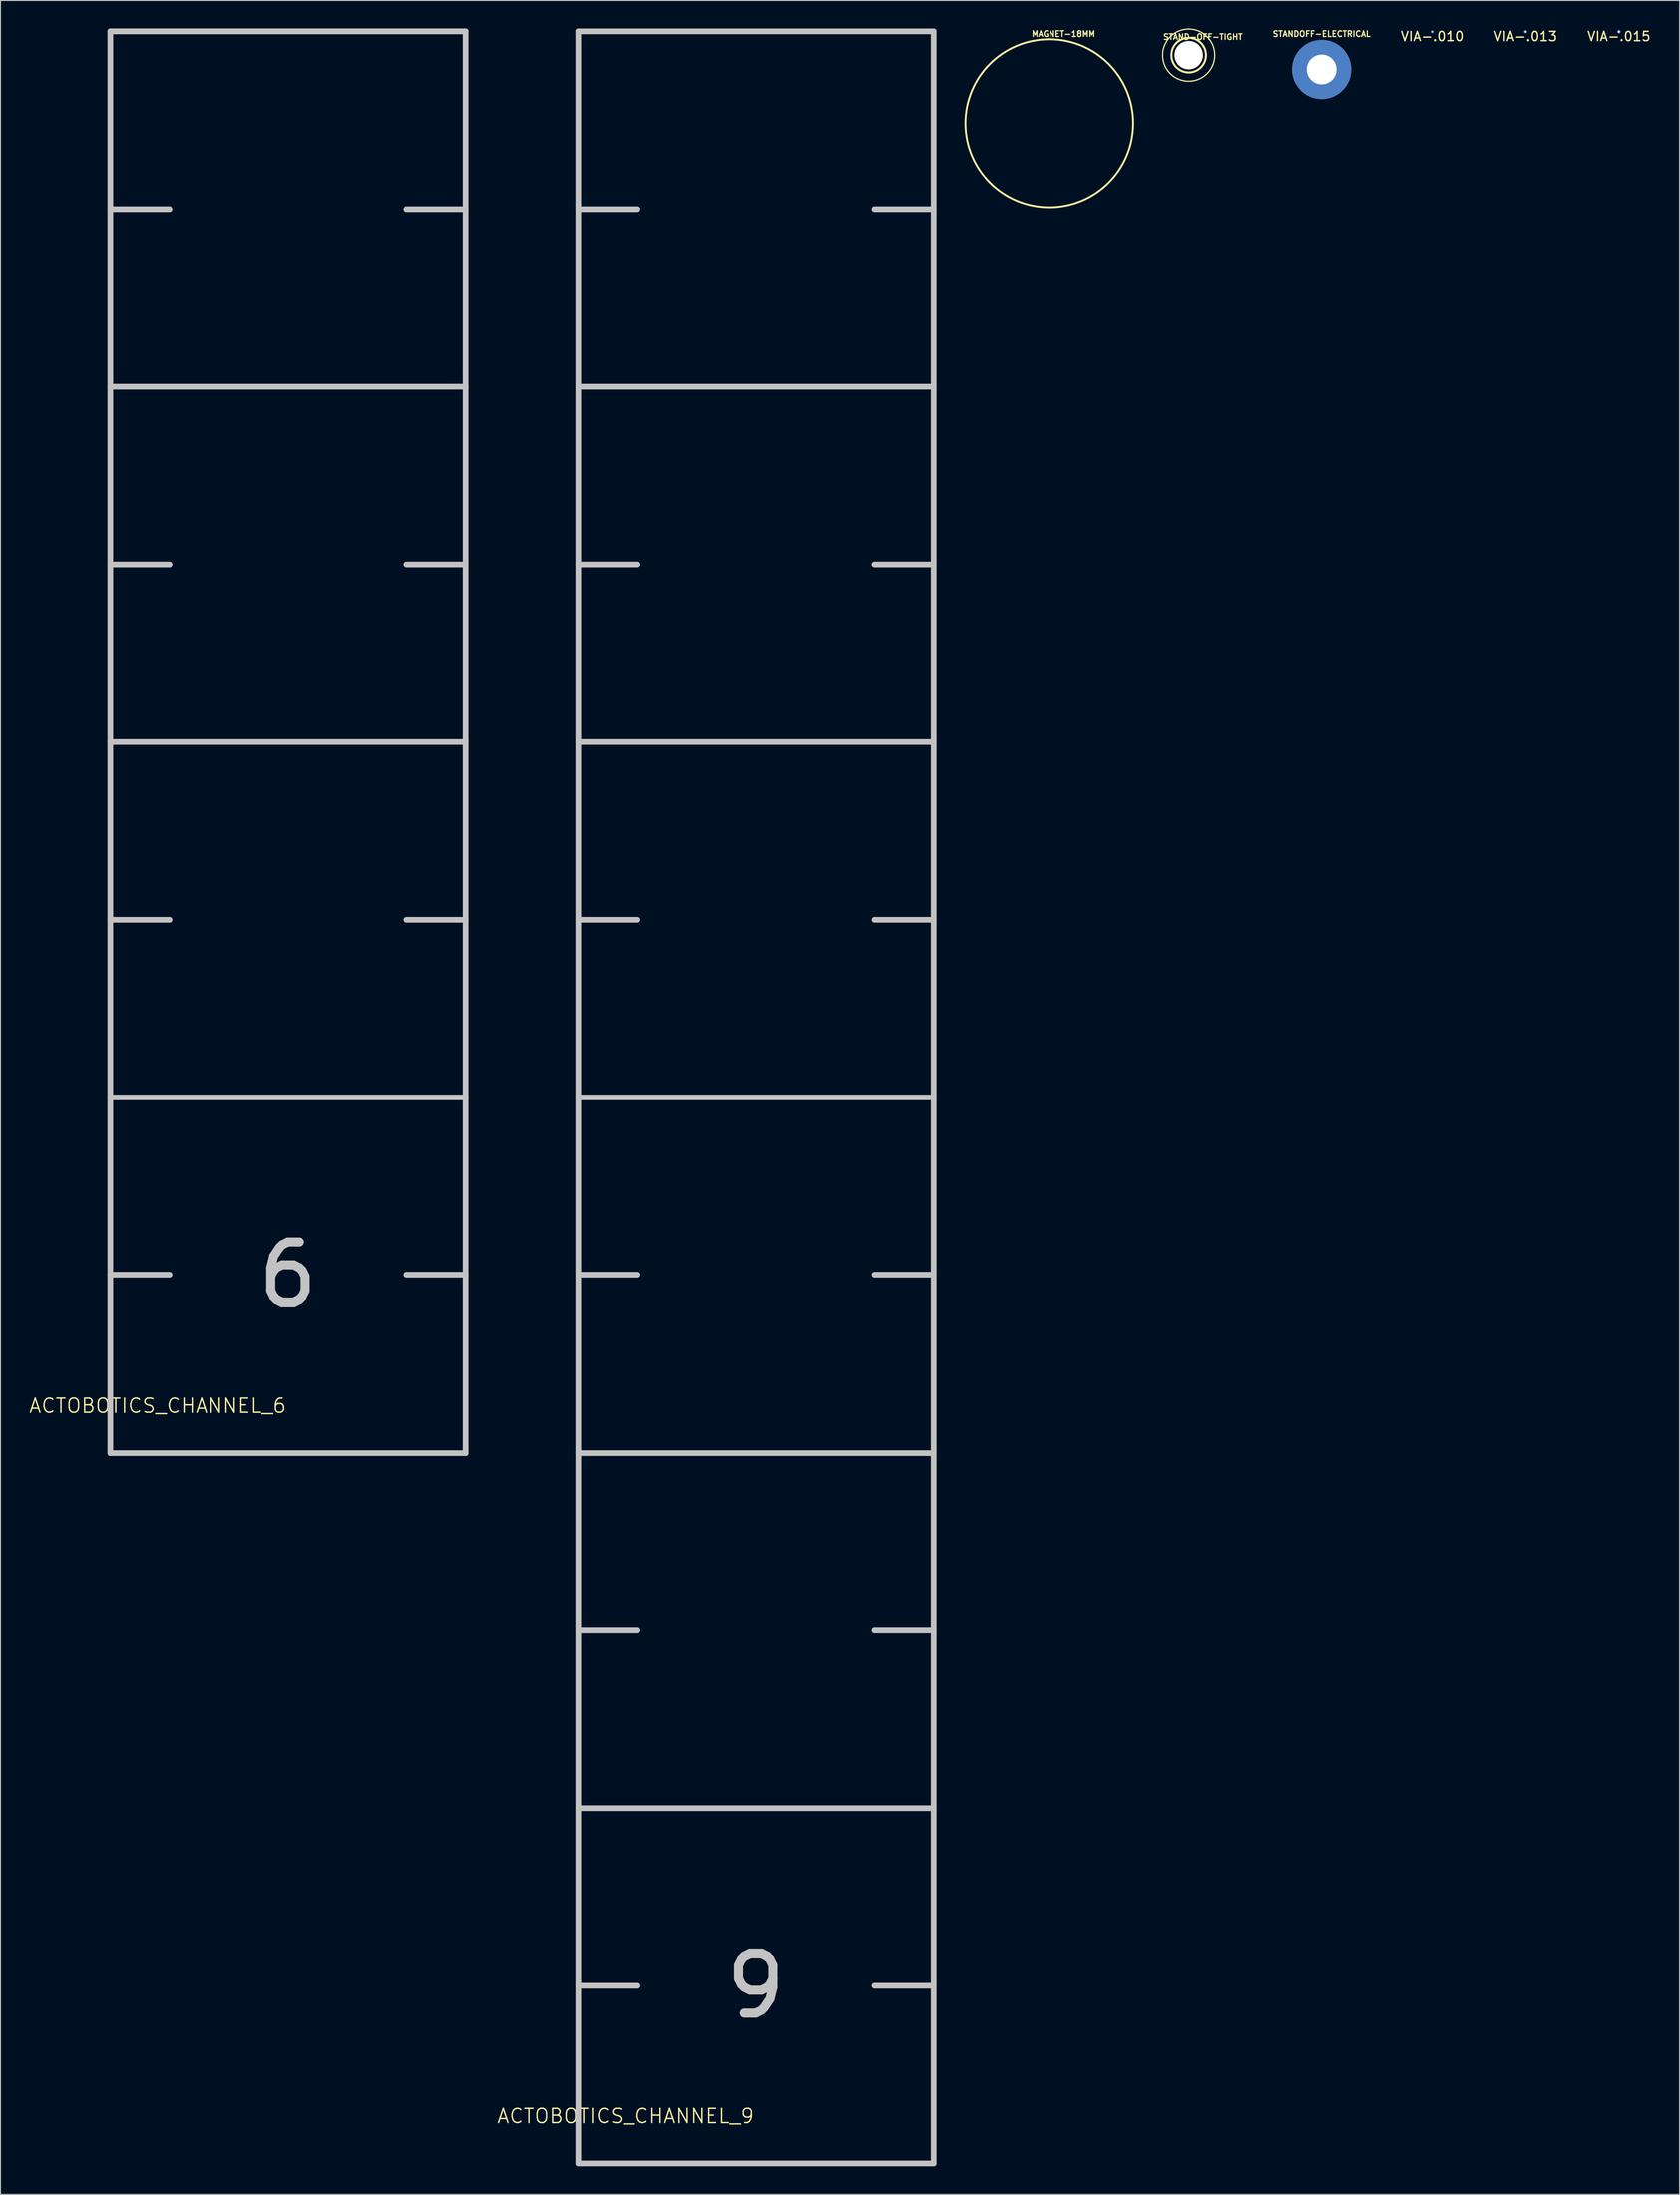
<source format=kicad_pcb>
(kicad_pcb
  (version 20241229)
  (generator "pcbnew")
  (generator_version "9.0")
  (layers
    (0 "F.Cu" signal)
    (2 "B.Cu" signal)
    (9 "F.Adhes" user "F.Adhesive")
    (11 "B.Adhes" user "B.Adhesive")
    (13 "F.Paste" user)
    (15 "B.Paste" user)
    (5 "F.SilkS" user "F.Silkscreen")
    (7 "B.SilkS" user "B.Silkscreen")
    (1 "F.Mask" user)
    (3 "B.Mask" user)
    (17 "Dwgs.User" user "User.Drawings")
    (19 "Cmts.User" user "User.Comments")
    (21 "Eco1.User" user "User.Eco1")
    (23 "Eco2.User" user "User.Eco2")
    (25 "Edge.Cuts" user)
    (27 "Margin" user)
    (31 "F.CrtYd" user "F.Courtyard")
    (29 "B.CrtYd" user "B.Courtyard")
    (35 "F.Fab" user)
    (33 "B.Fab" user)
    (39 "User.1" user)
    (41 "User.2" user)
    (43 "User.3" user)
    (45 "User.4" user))
  (footprint "ACTOBOTICS_CHANNEL_9"
    (layer "F.Cu")
    (at 58.967 228.905)
    (property "Reference" "ACTOBOTICS_CHANNEL_9" (at 5.08 -5.08 0) (layer "F.SilkS") (effects (font (size 1.524 1.524) (thickness 0.15))))
    (attr exclude_from_pos_files exclude_from_bom)
    (fp_line (start 0 -228.6) (end 0 -190.5) (stroke (width 0.61) (type solid)) (layer "Dwgs.User"))
    (fp_line (start 0 -209.55) (end 6.35 -209.55) (stroke (width 0.61) (type solid)) (layer "Dwgs.User"))
    (fp_line (start 0 -190.5) (end 0 -152.4) (stroke (width 0.61) (type solid)) (layer "Dwgs.User"))
    (fp_line (start 0 -190.5) (end 38.1 -190.5) (stroke (width 0.61) (type solid)) (layer "Dwgs.User"))
    (fp_line (start 0 -171.45) (end 6.35 -171.45) (stroke (width 0.61) (type solid)) (layer "Dwgs.User"))
    (fp_line (start 0 -152.4) (end 0 -114.3) (stroke (width 0.61) (type solid)) (layer "Dwgs.User"))
    (fp_line (start 0 -152.4) (end 38.1 -152.4) (stroke (width 0.61) (type solid)) (layer "Dwgs.User"))
    (fp_line (start 0 -133.35) (end 6.35 -133.35) (stroke (width 0.61) (type solid)) (layer "Dwgs.User"))
    (fp_line (start 0 -114.3) (end 0 -76.2) (stroke (width 0.61) (type solid)) (layer "Dwgs.User"))
    (fp_line (start 0 -114.3) (end 38.1 -114.3) (stroke (width 0.61) (type solid)) (layer "Dwgs.User"))
    (fp_line (start 0 -95.25) (end 6.35 -95.25) (stroke (width 0.61) (type solid)) (layer "Dwgs.User"))
    (fp_line (start 0 -76.2) (end 0 -57.15) (stroke (width 0.61) (type solid)) (layer "Dwgs.User"))
    (fp_line (start 0 -76.2) (end 38.1 -76.2) (stroke (width 0.61) (type solid)) (layer "Dwgs.User"))
    (fp_line (start 0 -57.15) (end 0 -38.1) (stroke (width 0.61) (type solid)) (layer "Dwgs.User"))
    (fp_line (start 0 -57.15) (end 6.35 -57.15) (stroke (width 0.61) (type solid)) (layer "Dwgs.User"))
    (fp_line (start 0 -38.1) (end 0 -19.05) (stroke (width 0.61) (type solid)) (layer "Dwgs.User"))
    (fp_line (start 0 -38.1) (end 38.1 -38.1) (stroke (width 0.61) (type solid)) (layer "Dwgs.User"))
    (fp_line (start 0 -19.05) (end 0 0) (stroke (width 0.61) (type solid)) (layer "Dwgs.User"))
    (fp_line (start 0 -19.05) (end 6.35 -19.05) (stroke (width 0.61) (type solid)) (layer "Dwgs.User"))
    (fp_line (start 0 0) (end 38.1 0) (stroke (width 0.61) (type solid)) (layer "Dwgs.User"))
    (fp_line (start 38.1 -228.6) (end 0 -228.6) (stroke (width 0.61) (type solid)) (layer "Dwgs.User"))
    (fp_line (start 38.1 -209.55) (end 31.75 -209.55) (stroke (width 0.61) (type solid)) (layer "Dwgs.User"))
    (fp_line (start 38.1 -190.5) (end 38.1 -228.6) (stroke (width 0.61) (type solid)) (layer "Dwgs.User"))
    (fp_line (start 38.1 -171.45) (end 31.75 -171.45) (stroke (width 0.61) (type solid)) (layer "Dwgs.User"))
    (fp_line (start 38.1 -152.4) (end 38.1 -190.5) (stroke (width 0.61) (type solid)) (layer "Dwgs.User"))
    (fp_line (start 38.1 -133.35) (end 31.75 -133.35) (stroke (width 0.61) (type solid)) (layer "Dwgs.User"))
    (fp_line (start 38.1 -114.3) (end 38.1 -152.4) (stroke (width 0.61) (type solid)) (layer "Dwgs.User"))
    (fp_line (start 38.1 -95.25) (end 31.75 -95.25) (stroke (width 0.61) (type solid)) (layer "Dwgs.User"))
    (fp_line (start 38.1 -76.2) (end 38.1 -114.3) (stroke (width 0.61) (type solid)) (layer "Dwgs.User"))
    (fp_line (start 38.1 -57.15) (end 31.75 -57.15) (stroke (width 0.61) (type solid)) (layer "Dwgs.User"))
    (fp_line (start 38.1 -57.15) (end 38.1 -76.2) (stroke (width 0.61) (type solid)) (layer "Dwgs.User"))
    (fp_line (start 38.1 -38.1) (end 38.1 -57.15) (stroke (width 0.61) (type solid)) (layer "Dwgs.User"))
    (fp_line (start 38.1 -19.05) (end 31.75 -19.05) (stroke (width 0.61) (type solid)) (layer "Dwgs.User"))
    (fp_line (start 38.1 -19.05) (end 38.1 -38.1) (stroke (width 0.61) (type solid)) (layer "Dwgs.User"))
    (fp_line (start 38.1 0) (end 38.1 -19.05) (stroke (width 0.61) (type solid)) (layer "Dwgs.User"))
    (fp_text user "9" (at 19.05 -19.05 180) (layer "Dwgs.User") (effects (font (size 6.452 6.452) (thickness 0.97)))))
  (footprint "VIA-.010"
    (layer "F.Cu")
    (at 150.538 0.348)
    (property "Reference" "VIA-.010" (at 0 0.5 0) (layer "F.SilkS") (effects (font (size 1 1) (thickness 0.15))))
    (attr through_hole)
    (pad "1" thru_hole circle (at 0 0) (size 0.305 0.305) (drill 0.127) (layers "*.Cu")))
  (footprint "MAGNET-18MM"
    (layer "F.Cu")
    (at 109.473 10.155)
    (property "Reference" "MAGNET-18MM" (at 1.524 -9.576 0) (layer "F.SilkS") (effects (font (size 0.61 0.61) (thickness 0.127))))
    (attr exclude_from_pos_files exclude_from_bom)
    (fp_circle (center 0 0) (end 0 -8.999) (stroke (width 0.203) (type solid)) (fill no) (layer "F.SilkS")))
  (footprint "STAND-OFF-TIGHT"
    (layer "F.Cu")
    (at 124.431 2.857)
    (property "Reference" "STAND-OFF-TIGHT" (at 1.524 -1.956 0) (layer "F.SilkS") (effects (font (size 0.61 0.61) (thickness 0.127))))
    (attr exclude_from_pos_files exclude_from_bom)
    (fp_arc (start 0 -1.8542) (mid 1.8542 0) (end 0 1.8542) (stroke (width 0.2032) (type solid)) (layer "F.SilkS"))
    (fp_arc (start 0 -1.8542) (mid 1.8542 0) (end 0 1.8542) (stroke (width 0.2032) (type solid)) (layer "F.SilkS"))
    (fp_arc (start 0 1.8542) (mid -1.8542 0) (end 0 -1.8542) (stroke (width 0.2032) (type solid)) (layer "F.SilkS"))
    (fp_arc (start 0 1.8542) (mid -1.8542 0) (end 0 -1.8542) (stroke (width 0.2032) (type solid)) (layer "F.SilkS"))
    (fp_circle (center 0 0) (end 0 -2.794) (stroke (width 0.127) (type solid)) (fill no) (layer "F.SilkS"))
    (pad "" np_thru_hole circle (at 0 0) (size 3.048 3.048) (drill 3.048) (layers "*.Cu" "*.Mask")))
  (footprint "STANDOFF-ELECTRICAL"
    (layer "F.Cu")
    (at 138.677 4.39)
    (property "Reference" "STANDOFF-ELECTRICAL" (at 0 -3.81 0) (layer "F.SilkS") (effects (font (size 0.61 0.61) (thickness 0.127))))
    (attr exclude_from_pos_files exclude_from_bom)
    (pad "P1" thru_hole circle (at 0 0) (size 6.35 6.35) (drill 3.198) (layers "*.Cu" "*.Paste" "*.Mask")))
  (footprint "VIA-.015"
    (layer "F.Cu")
    (at 170.562 0.348)
    (property "Reference" "VIA-.015" (at 0 0.5 0) (layer "F.SilkS") (effects (font (size 1 1) (thickness 0.15))))
    (attr through_hole)
    (pad "1" thru_hole circle (at 0 0) (size 0.37 0.37) (drill 0.19) (layers "*.Cu")))
  (footprint "ACTOBOTICS_CHANNEL_6"
    (layer "F.Cu")
    (at 8.781 152.705)
    (property "Reference" "ACTOBOTICS_CHANNEL_6" (at 5.08 -5.08 0) (layer "F.SilkS") (effects (font (size 1.524 1.524) (thickness 0.15))))
    (attr exclude_from_pos_files exclude_from_bom)
    (fp_line (start 0 -152.4) (end 0 -114.3) (stroke (width 0.61) (type solid)) (layer "Dwgs.User"))
    (fp_line (start 0 -152.4) (end 38.1 -152.4) (stroke (width 0.61) (type solid)) (layer "Dwgs.User"))
    (fp_line (start 0 -133.35) (end 6.35 -133.35) (stroke (width 0.61) (type solid)) (layer "Dwgs.User"))
    (fp_line (start 0 -114.3) (end 0 -76.2) (stroke (width 0.61) (type solid)) (layer "Dwgs.User"))
    (fp_line (start 0 -114.3) (end 38.1 -114.3) (stroke (width 0.61) (type solid)) (layer "Dwgs.User"))
    (fp_line (start 0 -95.25) (end 6.35 -95.25) (stroke (width 0.61) (type solid)) (layer "Dwgs.User"))
    (fp_line (start 0 -76.2) (end 0 -57.15) (stroke (width 0.61) (type solid)) (layer "Dwgs.User"))
    (fp_line (start 0 -76.2) (end 38.1 -76.2) (stroke (width 0.61) (type solid)) (layer "Dwgs.User"))
    (fp_line (start 0 -57.15) (end 0 -38.1) (stroke (width 0.61) (type solid)) (layer "Dwgs.User"))
    (fp_line (start 0 -57.15) (end 6.35 -57.15) (stroke (width 0.61) (type solid)) (layer "Dwgs.User"))
    (fp_line (start 0 -38.1) (end 0 -19.05) (stroke (width 0.61) (type solid)) (layer "Dwgs.User"))
    (fp_line (start 0 -38.1) (end 38.1 -38.1) (stroke (width 0.61) (type solid)) (layer "Dwgs.User"))
    (fp_line (start 0 -19.05) (end 0 0) (stroke (width 0.61) (type solid)) (layer "Dwgs.User"))
    (fp_line (start 0 -19.05) (end 6.35 -19.05) (stroke (width 0.61) (type solid)) (layer "Dwgs.User"))
    (fp_line (start 0 0) (end 38.1 0) (stroke (width 0.61) (type solid)) (layer "Dwgs.User"))
    (fp_line (start 38.1 -152.4) (end 0 -152.4) (stroke (width 0.61) (type solid)) (layer "Dwgs.User"))
    (fp_line (start 38.1 -133.35) (end 31.75 -133.35) (stroke (width 0.61) (type solid)) (layer "Dwgs.User"))
    (fp_line (start 38.1 -114.3) (end 38.1 -152.4) (stroke (width 0.61) (type solid)) (layer "Dwgs.User"))
    (fp_line (start 38.1 -95.25) (end 31.75 -95.25) (stroke (width 0.61) (type solid)) (layer "Dwgs.User"))
    (fp_line (start 38.1 -76.2) (end 38.1 -114.3) (stroke (width 0.61) (type solid)) (layer "Dwgs.User"))
    (fp_line (start 38.1 -57.15) (end 31.75 -57.15) (stroke (width 0.61) (type solid)) (layer "Dwgs.User"))
    (fp_line (start 38.1 -57.15) (end 38.1 -76.2) (stroke (width 0.61) (type solid)) (layer "Dwgs.User"))
    (fp_line (start 38.1 -38.1) (end 38.1 -57.15) (stroke (width 0.61) (type solid)) (layer "Dwgs.User"))
    (fp_line (start 38.1 -19.05) (end 31.75 -19.05) (stroke (width 0.61) (type solid)) (layer "Dwgs.User"))
    (fp_line (start 38.1 -19.05) (end 38.1 -38.1) (stroke (width 0.61) (type solid)) (layer "Dwgs.User"))
    (fp_line (start 38.1 0) (end 38.1 -19.05) (stroke (width 0.61) (type solid)) (layer "Dwgs.User"))
    (fp_text user "6" (at 19.05 -19.05 180) (layer "Dwgs.User") (effects (font (size 6.452 6.452) (thickness 0.97)))))
  (footprint "VIA-.013"
    (layer "F.Cu")
    (at 160.55 0.348)
    (property "Reference" "VIA-.013" (at 0 0.5 0) (layer "F.SilkS") (effects (font (size 1 1) (thickness 0.15))))
    (attr through_hole)
    (pad "1" thru_hole circle (at 0 0) (size 0.343 0.343) (drill 0.165) (layers "*.Cu")))
  (gr_rect
    (start -3 -3)
    (end 177.068 232.21)
    (stroke (width 0.1) (type default))
    (fill no)
    (layer "Edge.Cuts")))
</source>
